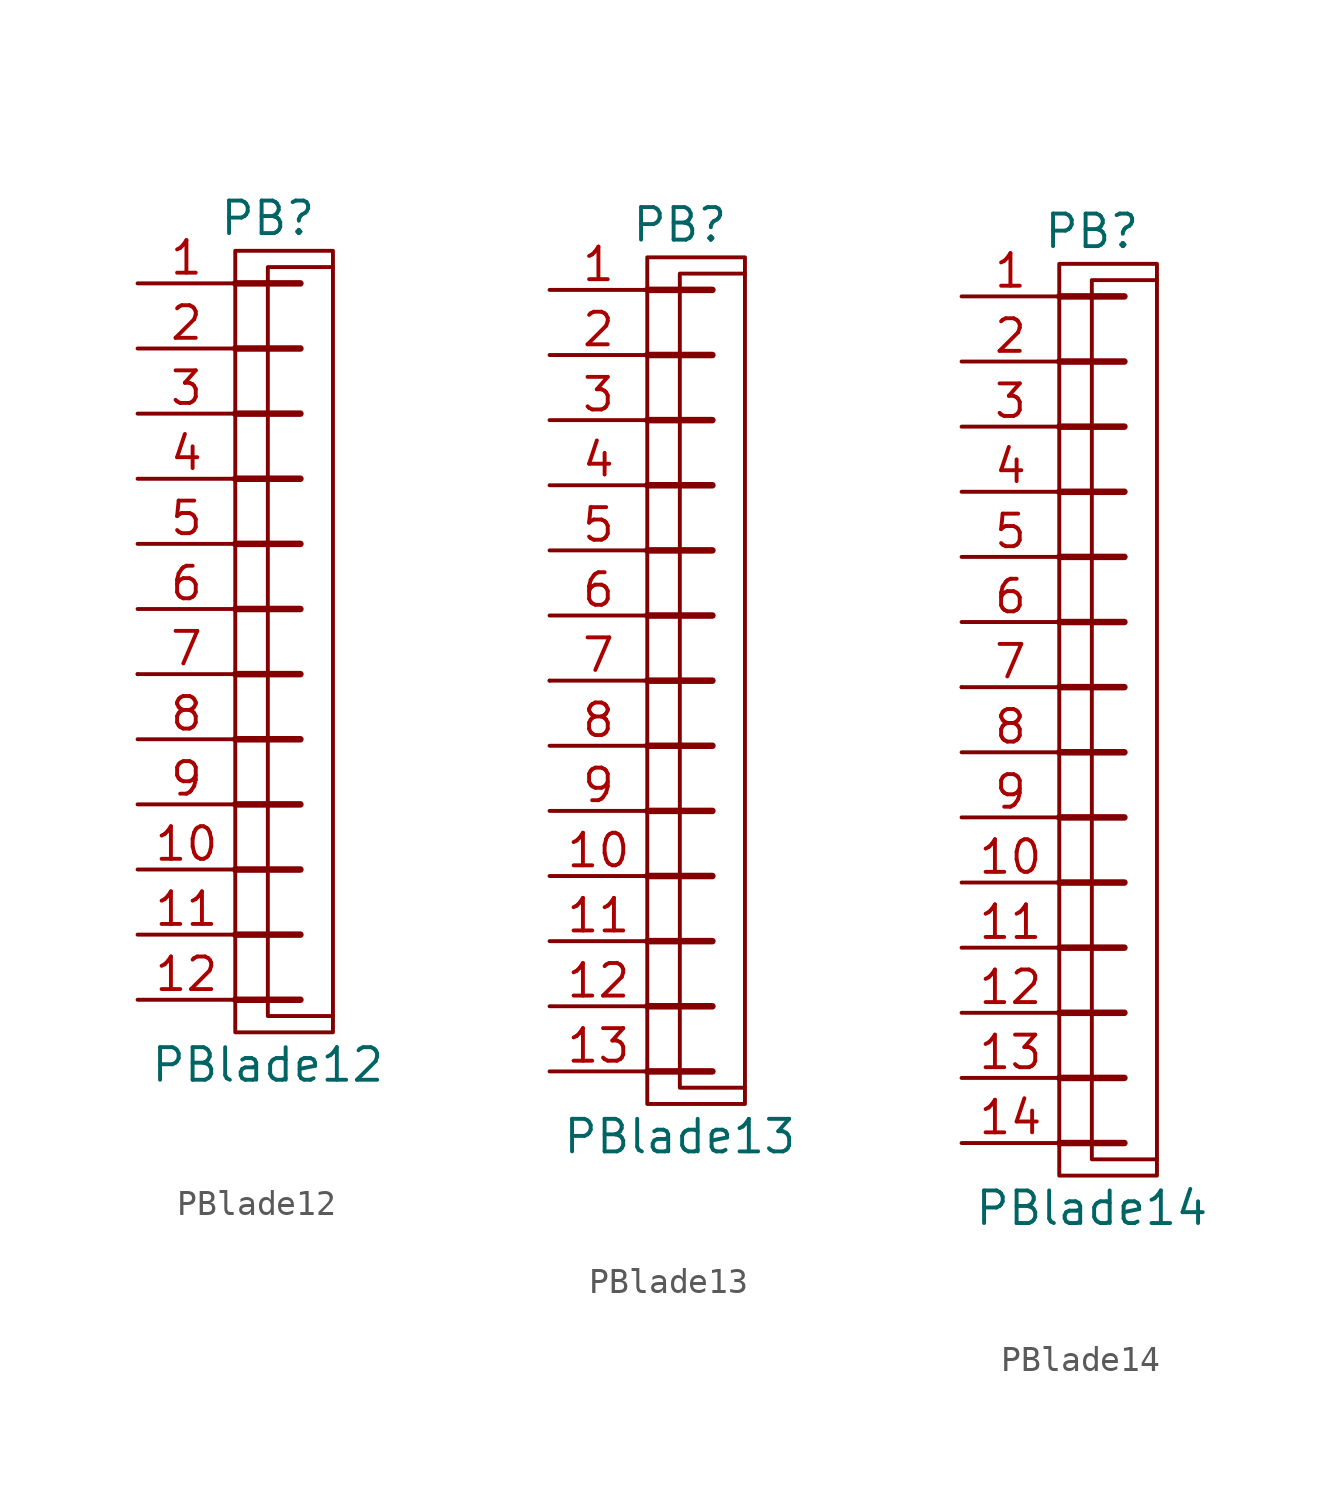
<source format=kicad_sym>
(kicad_symbol_lib
  (version 20211014)
  (generator kicad_symbol_editor)
  (symbol "PBlade12"
    (pin_names
      (offset 1.016) hide)
    (property "Reference" "PB"
      (at -1.27 15.24 0)
      (effects (font (size 1.27 1.27))))
    (property "Value" "PBlade12"
      (at -1.27 -17.78 0)
      (effects (font (size 1.27 1.27))))
    (property "Footprint" ""
      (at -1.27 8.89 0)
      (effects (font (size 1.524 1.524))))
    (property "Datasheet" ""
      (at -1.27 8.89 0)
      (effects (font (size 1.524 1.524))))
    (symbol "PBlade12_0_1"
      (rectangle (start -2.54 13.97) (end 1.27 -16.51) (stroke (width 0) (type default) (color 0 0 0 0)) (fill (type none)))
      (polyline (pts (xy -6.35 -2.54) (xy -6.35 -2.54)) (stroke (width 0) (type default) (color 0 0 0 0)) (fill (type none)))
      (polyline (pts (xy -2.54 -15.24) (xy 0 -15.24)) (stroke (width 0.254) (type default) (color 0 0 0 0)) (fill (type none)))
      (polyline (pts (xy -2.54 -12.7) (xy 0 -12.7)) (stroke (width 0.254) (type default) (color 0 0 0 0)) (fill (type none)))
      (polyline (pts (xy -2.54 -10.16) (xy 0 -10.16)) (stroke (width 0.254) (type default) (color 0 0 0 0)) (fill (type none)))
      (polyline (pts (xy -2.54 -7.62) (xy 0 -7.62)) (stroke (width 0.254) (type default) (color 0 0 0 0)) (fill (type none)))
      (polyline (pts (xy -2.54 -5.08) (xy 0 -5.08)) (stroke (width 0.254) (type default) (color 0 0 0 0)) (fill (type none)))
      (polyline (pts (xy -2.54 -2.54) (xy 0 -2.54)) (stroke (width 0.254) (type default) (color 0 0 0 0)) (fill (type none)))
      (polyline (pts (xy -2.54 0) (xy 0 0)) (stroke (width 0.254) (type default) (color 0 0 0 0)) (fill (type none)))
      (polyline (pts (xy -2.54 2.54) (xy 0 2.54)) (stroke (width 0.254) (type default) (color 0 0 0 0)) (fill (type none)))
      (polyline (pts (xy -2.54 5.08) (xy 0 5.08)) (stroke (width 0.254) (type default) (color 0 0 0 0)) (fill (type none)))
      (polyline (pts (xy -2.54 7.62) (xy 0 7.62)) (stroke (width 0.254) (type default) (color 0 0 0 0)) (fill (type none)))
      (polyline (pts (xy -2.54 10.16) (xy 0 10.16)) (stroke (width 0.254) (type default) (color 0 0 0 0)) (fill (type none)))
      (polyline (pts (xy -2.54 12.7) (xy 0 12.7)) (stroke (width 0.254) (type default) (color 0 0 0 0)) (fill (type none)))
      (polyline (pts (xy 1.27 13.335) (xy -1.27 13.335) (xy -1.27 -15.875) (xy 1.27 -15.875)) (stroke (width 0) (type default) (color 0 0 0 0)) (fill (type none))))
    (symbol "PBlade12_1_1"
      (pin passive line (at -6.35 12.7 0) (length 3.81) (name "~" (effects (font (size 1.27 1.27)))) (number "1" (effects (font (size 1.27 1.27)))))
      (pin passive line (at -6.35 -10.16 0) (length 3.81) (name "~" (effects (font (size 1.27 1.27)))) (number "10" (effects (font (size 1.27 1.27)))))
      (pin passive line (at -6.35 -12.7 0) (length 3.81) (name "~" (effects (font (size 1.27 1.27)))) (number "11" (effects (font (size 1.27 1.27)))))
      (pin passive line (at -6.35 -15.24 0) (length 3.81) (name "~" (effects (font (size 1.27 1.27)))) (number "12" (effects (font (size 1.27 1.27)))))
      (pin passive line (at -6.35 10.16 0) (length 3.81) (name "~" (effects (font (size 1.27 1.27)))) (number "2" (effects (font (size 1.27 1.27)))))
      (pin passive line (at -6.35 7.62 0) (length 3.81) (name "~" (effects (font (size 1.27 1.27)))) (number "3" (effects (font (size 1.27 1.27)))))
      (pin passive line (at -6.35 5.08 0) (length 3.81) (name "~" (effects (font (size 1.27 1.27)))) (number "4" (effects (font (size 1.27 1.27)))))
      (pin passive line (at -6.35 2.54 0) (length 3.81) (name "~" (effects (font (size 1.27 1.27)))) (number "5" (effects (font (size 1.27 1.27)))))
      (pin passive line (at -6.35 0 0) (length 3.81) (name "~" (effects (font (size 1.27 1.27)))) (number "6" (effects (font (size 1.27 1.27)))))
      (pin passive line (at -6.35 -2.54 0) (length 3.81) (name "~" (effects (font (size 1.27 1.27)))) (number "7" (effects (font (size 1.27 1.27)))))
      (pin passive line (at -6.35 -5.08 0) (length 3.81) (name "~" (effects (font (size 1.27 1.27)))) (number "8" (effects (font (size 1.27 1.27)))))
      (pin passive line (at -6.35 -7.62 0) (length 3.81) (name "~" (effects (font (size 1.27 1.27)))) (number "9" (effects (font (size 1.27 1.27)))))))
  (symbol "PBlade13"
    (pin_names
      (offset 1.016) hide)
    (property "Reference" "PB"
      (at -1.27 17.78 0)
      (effects (font (size 1.27 1.27))))
    (property "Value" "PBlade13"
      (at -1.27 -17.78 0)
      (effects (font (size 1.27 1.27))))
    (property "Footprint" ""
      (at -1.27 11.43 0)
      (effects (font (size 1.524 1.524))))
    (property "Datasheet" ""
      (at -1.27 11.43 0)
      (effects (font (size 1.524 1.524))))
    (symbol "PBlade13_0_1"
      (rectangle (start -2.54 16.51) (end 1.27 -16.51) (stroke (width 0) (type default) (color 0 0 0 0)) (fill (type none)))
      (polyline (pts (xy -6.35 0) (xy -6.35 0)) (stroke (width 0) (type default) (color 0 0 0 0)) (fill (type none)))
      (polyline (pts (xy -2.54 -15.24) (xy 0 -15.24)) (stroke (width 0.254) (type default) (color 0 0 0 0)) (fill (type none)))
      (polyline (pts (xy -2.54 -12.7) (xy 0 -12.7)) (stroke (width 0.254) (type default) (color 0 0 0 0)) (fill (type none)))
      (polyline (pts (xy -2.54 -10.16) (xy 0 -10.16)) (stroke (width 0.254) (type default) (color 0 0 0 0)) (fill (type none)))
      (polyline (pts (xy -2.54 -7.62) (xy 0 -7.62)) (stroke (width 0.254) (type default) (color 0 0 0 0)) (fill (type none)))
      (polyline (pts (xy -2.54 -5.08) (xy 0 -5.08)) (stroke (width 0.254) (type default) (color 0 0 0 0)) (fill (type none)))
      (polyline (pts (xy -2.54 -2.54) (xy 0 -2.54)) (stroke (width 0.254) (type default) (color 0 0 0 0)) (fill (type none)))
      (polyline (pts (xy -2.54 0) (xy 0 0)) (stroke (width 0.254) (type default) (color 0 0 0 0)) (fill (type none)))
      (polyline (pts (xy -2.54 2.54) (xy 0 2.54)) (stroke (width 0.254) (type default) (color 0 0 0 0)) (fill (type none)))
      (polyline (pts (xy -2.54 5.08) (xy 0 5.08)) (stroke (width 0.254) (type default) (color 0 0 0 0)) (fill (type none)))
      (polyline (pts (xy -2.54 7.62) (xy 0 7.62)) (stroke (width 0.254) (type default) (color 0 0 0 0)) (fill (type none)))
      (polyline (pts (xy -2.54 10.16) (xy 0 10.16)) (stroke (width 0.254) (type default) (color 0 0 0 0)) (fill (type none)))
      (polyline (pts (xy -2.54 12.7) (xy 0 12.7)) (stroke (width 0.254) (type default) (color 0 0 0 0)) (fill (type none)))
      (polyline (pts (xy -2.54 15.24) (xy 0 15.24)) (stroke (width 0.254) (type default) (color 0 0 0 0)) (fill (type none)))
      (polyline (pts (xy 1.27 15.875) (xy -1.27 15.875) (xy -1.27 -15.875) (xy 1.27 -15.875)) (stroke (width 0) (type default) (color 0 0 0 0)) (fill (type none))))
    (symbol "PBlade13_1_1"
      (pin passive line (at -6.35 15.24 0) (length 3.81) (name "~" (effects (font (size 1.27 1.27)))) (number "1" (effects (font (size 1.27 1.27)))))
      (pin passive line (at -6.35 -7.62 0) (length 3.81) (name "~" (effects (font (size 1.27 1.27)))) (number "10" (effects (font (size 1.27 1.27)))))
      (pin passive line (at -6.35 -10.16 0) (length 3.81) (name "~" (effects (font (size 1.27 1.27)))) (number "11" (effects (font (size 1.27 1.27)))))
      (pin passive line (at -6.35 -12.7 0) (length 3.81) (name "~" (effects (font (size 1.27 1.27)))) (number "12" (effects (font (size 1.27 1.27)))))
      (pin passive line (at -6.35 -15.24 0) (length 3.81) (name "~" (effects (font (size 1.27 1.27)))) (number "13" (effects (font (size 1.27 1.27)))))
      (pin passive line (at -6.35 12.7 0) (length 3.81) (name "~" (effects (font (size 1.27 1.27)))) (number "2" (effects (font (size 1.27 1.27)))))
      (pin passive line (at -6.35 10.16 0) (length 3.81) (name "~" (effects (font (size 1.27 1.27)))) (number "3" (effects (font (size 1.27 1.27)))))
      (pin passive line (at -6.35 7.62 0) (length 3.81) (name "~" (effects (font (size 1.27 1.27)))) (number "4" (effects (font (size 1.27 1.27)))))
      (pin passive line (at -6.35 5.08 0) (length 3.81) (name "~" (effects (font (size 1.27 1.27)))) (number "5" (effects (font (size 1.27 1.27)))))
      (pin passive line (at -6.35 2.54 0) (length 3.81) (name "~" (effects (font (size 1.27 1.27)))) (number "6" (effects (font (size 1.27 1.27)))))
      (pin passive line (at -6.35 0 0) (length 3.81) (name "~" (effects (font (size 1.27 1.27)))) (number "7" (effects (font (size 1.27 1.27)))))
      (pin passive line (at -6.35 -2.54 0) (length 3.81) (name "~" (effects (font (size 1.27 1.27)))) (number "8" (effects (font (size 1.27 1.27)))))
      (pin passive line (at -6.35 -5.08 0) (length 3.81) (name "~" (effects (font (size 1.27 1.27)))) (number "9" (effects (font (size 1.27 1.27)))))))
  (symbol "PBlade14"
    (pin_names
      (offset 1.016) hide)
    (property "Reference" "PB"
      (at -1.27 17.78 0)
      (effects (font (size 1.27 1.27))))
    (property "Value" "PBlade14"
      (at -1.27 -20.32 0)
      (effects (font (size 1.27 1.27))))
    (property "Footprint" ""
      (at -1.27 11.43 0)
      (effects (font (size 1.524 1.524))))
    (property "Datasheet" ""
      (at -1.27 11.43 0)
      (effects (font (size 1.524 1.524))))
    (symbol "PBlade14_0_1"
      (rectangle (start -2.54 16.51) (end 1.27 -19.05) (stroke (width 0) (type default) (color 0 0 0 0)) (fill (type none)))
      (polyline (pts (xy -6.35 0) (xy -6.35 0)) (stroke (width 0) (type default) (color 0 0 0 0)) (fill (type none)))
      (polyline (pts (xy -2.54 -17.78) (xy 0 -17.78)) (stroke (width 0.254) (type default) (color 0 0 0 0)) (fill (type none)))
      (polyline (pts (xy -2.54 -15.24) (xy 0 -15.24)) (stroke (width 0.254) (type default) (color 0 0 0 0)) (fill (type none)))
      (polyline (pts (xy -2.54 -12.7) (xy 0 -12.7)) (stroke (width 0.254) (type default) (color 0 0 0 0)) (fill (type none)))
      (polyline (pts (xy -2.54 -10.16) (xy 0 -10.16)) (stroke (width 0.254) (type default) (color 0 0 0 0)) (fill (type none)))
      (polyline (pts (xy -2.54 -7.62) (xy 0 -7.62)) (stroke (width 0.254) (type default) (color 0 0 0 0)) (fill (type none)))
      (polyline (pts (xy -2.54 -5.08) (xy 0 -5.08)) (stroke (width 0.254) (type default) (color 0 0 0 0)) (fill (type none)))
      (polyline (pts (xy -2.54 -2.54) (xy 0 -2.54)) (stroke (width 0.254) (type default) (color 0 0 0 0)) (fill (type none)))
      (polyline (pts (xy -2.54 0) (xy 0 0)) (stroke (width 0.254) (type default) (color 0 0 0 0)) (fill (type none)))
      (polyline (pts (xy -2.54 2.54) (xy 0 2.54)) (stroke (width 0.254) (type default) (color 0 0 0 0)) (fill (type none)))
      (polyline (pts (xy -2.54 5.08) (xy 0 5.08)) (stroke (width 0.254) (type default) (color 0 0 0 0)) (fill (type none)))
      (polyline (pts (xy -2.54 7.62) (xy 0 7.62)) (stroke (width 0.254) (type default) (color 0 0 0 0)) (fill (type none)))
      (polyline (pts (xy -2.54 10.16) (xy 0 10.16)) (stroke (width 0.254) (type default) (color 0 0 0 0)) (fill (type none)))
      (polyline (pts (xy -2.54 12.7) (xy 0 12.7)) (stroke (width 0.254) (type default) (color 0 0 0 0)) (fill (type none)))
      (polyline (pts (xy -2.54 15.24) (xy 0 15.24)) (stroke (width 0.254) (type default) (color 0 0 0 0)) (fill (type none)))
      (polyline (pts (xy 1.27 15.875) (xy -1.27 15.875) (xy -1.27 -18.415) (xy 1.27 -18.415)) (stroke (width 0) (type default) (color 0 0 0 0)) (fill (type none))))
    (symbol "PBlade14_1_1"
      (pin passive line (at -6.35 15.24 0) (length 3.81) (name "~" (effects (font (size 1.27 1.27)))) (number "1" (effects (font (size 1.27 1.27)))))
      (pin passive line (at -6.35 -7.62 0) (length 3.81) (name "~" (effects (font (size 1.27 1.27)))) (number "10" (effects (font (size 1.27 1.27)))))
      (pin passive line (at -6.35 -10.16 0) (length 3.81) (name "~" (effects (font (size 1.27 1.27)))) (number "11" (effects (font (size 1.27 1.27)))))
      (pin passive line (at -6.35 -12.7 0) (length 3.81) (name "~" (effects (font (size 1.27 1.27)))) (number "12" (effects (font (size 1.27 1.27)))))
      (pin passive line (at -6.35 -15.24 0) (length 3.81) (name "~" (effects (font (size 1.27 1.27)))) (number "13" (effects (font (size 1.27 1.27)))))
      (pin passive line (at -6.35 -17.78 0) (length 3.81) (name "~" (effects (font (size 1.27 1.27)))) (number "14" (effects (font (size 1.27 1.27)))))
      (pin passive line (at -6.35 12.7 0) (length 3.81) (name "~" (effects (font (size 1.27 1.27)))) (number "2" (effects (font (size 1.27 1.27)))))
      (pin passive line (at -6.35 10.16 0) (length 3.81) (name "~" (effects (font (size 1.27 1.27)))) (number "3" (effects (font (size 1.27 1.27)))))
      (pin passive line (at -6.35 7.62 0) (length 3.81) (name "~" (effects (font (size 1.27 1.27)))) (number "4" (effects (font (size 1.27 1.27)))))
      (pin passive line (at -6.35 5.08 0) (length 3.81) (name "~" (effects (font (size 1.27 1.27)))) (number "5" (effects (font (size 1.27 1.27)))))
      (pin passive line (at -6.35 2.54 0) (length 3.81) (name "~" (effects (font (size 1.27 1.27)))) (number "6" (effects (font (size 1.27 1.27)))))
      (pin passive line (at -6.35 0 0) (length 3.81) (name "~" (effects (font (size 1.27 1.27)))) (number "7" (effects (font (size 1.27 1.27)))))
      (pin passive line (at -6.35 -2.54 0) (length 3.81) (name "~" (effects (font (size 1.27 1.27)))) (number "8" (effects (font (size 1.27 1.27)))))
      (pin passive line (at -6.35 -5.08 0) (length 3.81) (name "~" (effects (font (size 1.27 1.27)))) (number "9" (effects (font (size 1.27 1.27))))))))
</source>
